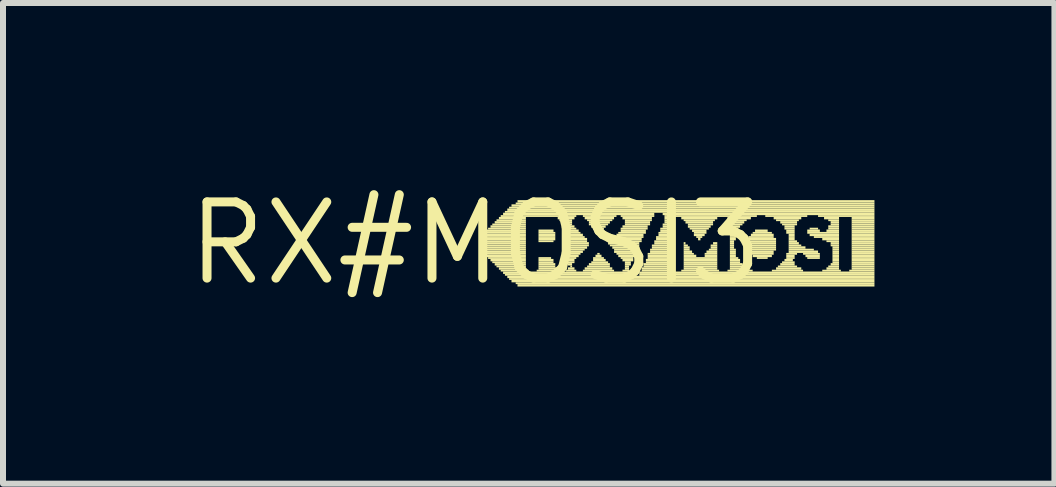
<source format=kicad_pcb>
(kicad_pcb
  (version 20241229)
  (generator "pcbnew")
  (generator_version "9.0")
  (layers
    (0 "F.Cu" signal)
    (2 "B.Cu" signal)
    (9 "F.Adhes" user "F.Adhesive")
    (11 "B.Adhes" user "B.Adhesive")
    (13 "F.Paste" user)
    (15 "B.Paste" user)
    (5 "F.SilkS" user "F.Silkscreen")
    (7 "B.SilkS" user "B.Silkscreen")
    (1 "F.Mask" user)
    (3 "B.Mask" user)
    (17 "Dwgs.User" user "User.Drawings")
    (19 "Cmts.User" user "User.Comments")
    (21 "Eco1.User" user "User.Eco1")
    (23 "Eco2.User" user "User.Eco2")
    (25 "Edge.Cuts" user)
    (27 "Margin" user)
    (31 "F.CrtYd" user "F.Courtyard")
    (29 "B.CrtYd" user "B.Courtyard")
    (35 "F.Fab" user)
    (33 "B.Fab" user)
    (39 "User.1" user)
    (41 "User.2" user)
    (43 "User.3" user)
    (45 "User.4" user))
  (footprint "RX#MOSI3"
    (layer "F.Cu")
    (at 4.876 1.006)
    (property "Reference" "RX#MOSI3" (at 0 0 0) (layer "F.SilkS") (effects (font (size 1.27 1.27) (thickness 0.15))))
    (attr through_hole)
    (fp_poly (pts (xy 0.11 -0.09) (xy 0.84 -0.09) (xy 0.84 -0.12) (xy 0.11 -0.12)) (stroke (width 0) (type solid)) (fill yes) (layer "F.SilkS"))
    (fp_poly (pts (xy 0.11 -0.05) (xy 0.84 -0.05) (xy 0.84 -0.09) (xy 0.11 -0.09)) (stroke (width 0) (type solid)) (fill yes) (layer "F.SilkS"))
    (fp_poly (pts (xy 0.11 -0.02) (xy 0.84 -0.02) (xy 0.84 -0.05) (xy 0.11 -0.05)) (stroke (width 0) (type solid)) (fill yes) (layer "F.SilkS"))
    (fp_poly (pts (xy 0.11 0.02) (xy 0.84 0.02) (xy 0.84 -0.02) (xy 0.11 -0.02)) (stroke (width 0) (type solid)) (fill yes) (layer "F.SilkS"))
    (fp_poly (pts (xy 0.11 0.05) (xy 0.84 0.05) (xy 0.84 0.02) (xy 0.11 0.02)) (stroke (width 0) (type solid)) (fill yes) (layer "F.SilkS"))
    (fp_poly (pts (xy 0.11 0.09) (xy 0.84 0.09) (xy 0.84 0.05) (xy 0.11 0.05)) (stroke (width 0) (type solid)) (fill yes) (layer "F.SilkS"))
    (fp_poly (pts (xy 0.11 0.12) (xy 0.84 0.12) (xy 0.84 0.09) (xy 0.11 0.09)) (stroke (width 0) (type solid)) (fill yes) (layer "F.SilkS"))
    (fp_poly (pts (xy 0.14 -0.12) (xy 0.84 -0.12) (xy 0.84 -0.16) (xy 0.14 -0.16)) (stroke (width 0) (type solid)) (fill yes) (layer "F.SilkS"))
    (fp_poly (pts (xy 0.14 0.16) (xy 0.84 0.16) (xy 0.84 0.12) (xy 0.14 0.12)) (stroke (width 0) (type solid)) (fill yes) (layer "F.SilkS"))
    (fp_poly (pts (xy 0.18 -0.19) (xy 0.84 -0.19) (xy 0.84 -0.23) (xy 0.18 -0.23)) (stroke (width 0) (type solid)) (fill yes) (layer "F.SilkS"))
    (fp_poly (pts (xy 0.18 -0.16) (xy 0.84 -0.16) (xy 0.84 -0.19) (xy 0.18 -0.19)) (stroke (width 0) (type solid)) (fill yes) (layer "F.SilkS"))
    (fp_poly (pts (xy 0.18 0.19) (xy 0.84 0.19) (xy 0.84 0.16) (xy 0.18 0.16)) (stroke (width 0) (type solid)) (fill yes) (layer "F.SilkS"))
    (fp_poly (pts (xy 0.18 0.23) (xy 0.84 0.23) (xy 0.84 0.19) (xy 0.18 0.19)) (stroke (width 0) (type solid)) (fill yes) (layer "F.SilkS"))
    (fp_poly (pts (xy 0.21 -0.23) (xy 0.84 -0.23) (xy 0.84 -0.26) (xy 0.21 -0.26)) (stroke (width 0) (type solid)) (fill yes) (layer "F.SilkS"))
    (fp_poly (pts (xy 0.21 0.26) (xy 0.84 0.26) (xy 0.84 0.23) (xy 0.21 0.23)) (stroke (width 0) (type solid)) (fill yes) (layer "F.SilkS"))
    (fp_poly (pts (xy 0.25 -0.26) (xy 0.84 -0.26) (xy 0.84 -0.3) (xy 0.25 -0.3)) (stroke (width 0) (type solid)) (fill yes) (layer "F.SilkS"))
    (fp_poly (pts (xy 0.25 0.3) (xy 0.84 0.3) (xy 0.84 0.26) (xy 0.25 0.26)) (stroke (width 0) (type solid)) (fill yes) (layer "F.SilkS"))
    (fp_poly (pts (xy 0.28 -0.3) (xy 0.84 -0.3) (xy 0.84 -0.33) (xy 0.28 -0.33)) (stroke (width 0) (type solid)) (fill yes) (layer "F.SilkS"))
    (fp_poly (pts (xy 0.28 0.33) (xy 0.84 0.33) (xy 0.84 0.3) (xy 0.28 0.3)) (stroke (width 0) (type solid)) (fill yes) (layer "F.SilkS"))
    (fp_poly (pts (xy 0.32 -0.33) (xy 0.84 -0.33) (xy 0.84 -0.37) (xy 0.32 -0.37)) (stroke (width 0) (type solid)) (fill yes) (layer "F.SilkS"))
    (fp_poly (pts (xy 0.32 0.37) (xy 0.84 0.37) (xy 0.84 0.33) (xy 0.32 0.33)) (stroke (width 0) (type solid)) (fill yes) (layer "F.SilkS"))
    (fp_poly (pts (xy 0.35 -0.37) (xy 0.84 -0.37) (xy 0.84 -0.4) (xy 0.35 -0.4)) (stroke (width 0) (type solid)) (fill yes) (layer "F.SilkS"))
    (fp_poly (pts (xy 0.35 0.4) (xy 0.84 0.4) (xy 0.84 0.37) (xy 0.35 0.37)) (stroke (width 0) (type solid)) (fill yes) (layer "F.SilkS"))
    (fp_poly (pts (xy 0.39 -0.4) (xy 0.84 -0.4) (xy 0.84 -0.44) (xy 0.39 -0.44)) (stroke (width 0) (type solid)) (fill yes) (layer "F.SilkS"))
    (fp_poly (pts (xy 0.39 0.44) (xy 0.84 0.44) (xy 0.84 0.4) (xy 0.39 0.4)) (stroke (width 0) (type solid)) (fill yes) (layer "F.SilkS"))
    (fp_poly (pts (xy 0.42 -0.44) (xy 1.68 -0.44) (xy 1.68 -0.47) (xy 0.42 -0.47)) (stroke (width 0) (type solid)) (fill yes) (layer "F.SilkS"))
    (fp_poly (pts (xy 0.42 0.47) (xy 0.88 0.47) (xy 0.88 0.44) (xy 0.42 0.44)) (stroke (width 0) (type solid)) (fill yes) (layer "F.SilkS"))
    (fp_poly (pts (xy 0.46 -0.47) (xy 2.98 -0.47) (xy 2.98 -0.51) (xy 0.46 -0.51)) (stroke (width 0) (type solid)) (fill yes) (layer "F.SilkS"))
    (fp_poly (pts (xy 0.46 0.51) (xy 2.56 0.51) (xy 2.56 0.47) (xy 0.46 0.47)) (stroke (width 0) (type solid)) (fill yes) (layer "F.SilkS"))
    (fp_poly (pts (xy 0.49 -0.51) (xy 6.65 -0.51) (xy 6.65 -0.54) (xy 0.49 -0.54)) (stroke (width 0) (type solid)) (fill yes) (layer "F.SilkS"))
    (fp_poly (pts (xy 0.49 0.54) (xy 2.63 0.54) (xy 2.63 0.51) (xy 0.49 0.51)) (stroke (width 0) (type solid)) (fill yes) (layer "F.SilkS"))
    (fp_poly (pts (xy 0.53 -0.54) (xy 6.65 -0.54) (xy 6.65 -0.58) (xy 0.53 -0.58)) (stroke (width 0) (type solid)) (fill yes) (layer "F.SilkS"))
    (fp_poly (pts (xy 0.53 0.58) (xy 6.65 0.58) (xy 6.65 0.54) (xy 0.53 0.54)) (stroke (width 0) (type solid)) (fill yes) (layer "F.SilkS"))
    (fp_poly (pts (xy 0.56 -0.58) (xy 6.65 -0.58) (xy 6.65 -0.61) (xy 0.56 -0.61)) (stroke (width 0) (type solid)) (fill yes) (layer "F.SilkS"))
    (fp_poly (pts (xy 0.56 0.61) (xy 6.65 0.61) (xy 6.65 0.58) (xy 0.56 0.58)) (stroke (width 0) (type solid)) (fill yes) (layer "F.SilkS"))
    (fp_poly (pts (xy 0.6 -0.61) (xy 6.65 -0.61) (xy 6.65 -0.65) (xy 0.6 -0.65)) (stroke (width 0) (type solid)) (fill yes) (layer "F.SilkS"))
    (fp_poly (pts (xy 0.6 0.65) (xy 6.65 0.65) (xy 6.65 0.61) (xy 0.6 0.61)) (stroke (width 0) (type solid)) (fill yes) (layer "F.SilkS"))
    (fp_poly (pts (xy 0.67 -0.65) (xy 6.65 -0.65) (xy 6.65 -0.68) (xy 0.67 -0.68)) (stroke (width 0) (type solid)) (fill yes) (layer "F.SilkS"))
    (fp_poly (pts (xy 0.67 0.68) (xy 6.65 0.68) (xy 6.65 0.65) (xy 0.67 0.65)) (stroke (width 0) (type solid)) (fill yes) (layer "F.SilkS"))
    (fp_poly (pts (xy 0.7 -0.68) (xy 6.65 -0.68) (xy 6.65 -0.72) (xy 0.7 -0.72)) (stroke (width 0) (type solid)) (fill yes) (layer "F.SilkS"))
    (fp_poly (pts (xy 0.7 0.72) (xy 6.65 0.72) (xy 6.65 0.68) (xy 0.7 0.68)) (stroke (width 0) (type solid)) (fill yes) (layer "F.SilkS"))
    (fp_poly (pts (xy 1.02 0.47) (xy 1.37 0.47) (xy 1.37 0.44) (xy 1.02 0.44)) (stroke (width 0) (type solid)) (fill yes) (layer "F.SilkS"))
    (fp_poly (pts (xy 1.05 -0.19) (xy 1.3 -0.19) (xy 1.3 -0.23) (xy 1.05 -0.23)) (stroke (width 0) (type solid)) (fill yes) (layer "F.SilkS"))
    (fp_poly (pts (xy 1.05 -0.16) (xy 1.33 -0.16) (xy 1.33 -0.19) (xy 1.05 -0.19)) (stroke (width 0) (type solid)) (fill yes) (layer "F.SilkS"))
    (fp_poly (pts (xy 1.05 -0.12) (xy 1.33 -0.12) (xy 1.33 -0.16) (xy 1.05 -0.16)) (stroke (width 0) (type solid)) (fill yes) (layer "F.SilkS"))
    (fp_poly (pts (xy 1.05 -0.09) (xy 1.33 -0.09) (xy 1.33 -0.12) (xy 1.05 -0.12)) (stroke (width 0) (type solid)) (fill yes) (layer "F.SilkS"))
    (fp_poly (pts (xy 1.05 -0.05) (xy 1.33 -0.05) (xy 1.33 -0.09) (xy 1.05 -0.09)) (stroke (width 0) (type solid)) (fill yes) (layer "F.SilkS"))
    (fp_poly (pts (xy 1.05 -0.02) (xy 1.3 -0.02) (xy 1.3 -0.05) (xy 1.05 -0.05)) (stroke (width 0) (type solid)) (fill yes) (layer "F.SilkS"))
    (fp_poly (pts (xy 1.05 0.26) (xy 1.26 0.26) (xy 1.26 0.23) (xy 1.05 0.23)) (stroke (width 0) (type solid)) (fill yes) (layer "F.SilkS"))
    (fp_poly (pts (xy 1.05 0.3) (xy 1.3 0.3) (xy 1.3 0.26) (xy 1.05 0.26)) (stroke (width 0) (type solid)) (fill yes) (layer "F.SilkS"))
    (fp_poly (pts (xy 1.05 0.33) (xy 1.3 0.33) (xy 1.3 0.3) (xy 1.05 0.3)) (stroke (width 0) (type solid)) (fill yes) (layer "F.SilkS"))
    (fp_poly (pts (xy 1.05 0.37) (xy 1.33 0.37) (xy 1.33 0.33) (xy 1.05 0.33)) (stroke (width 0) (type solid)) (fill yes) (layer "F.SilkS"))
    (fp_poly (pts (xy 1.05 0.4) (xy 1.33 0.4) (xy 1.33 0.37) (xy 1.05 0.37)) (stroke (width 0) (type solid)) (fill yes) (layer "F.SilkS"))
    (fp_poly (pts (xy 1.05 0.44) (xy 1.37 0.44) (xy 1.37 0.4) (xy 1.05 0.4)) (stroke (width 0) (type solid)) (fill yes) (layer "F.SilkS"))
    (fp_poly (pts (xy 1.37 -0.4) (xy 1.65 -0.4) (xy 1.65 -0.44) (xy 1.37 -0.44)) (stroke (width 0) (type solid)) (fill yes) (layer "F.SilkS"))
    (fp_poly (pts (xy 1.4 -0.37) (xy 1.61 -0.37) (xy 1.61 -0.4) (xy 1.4 -0.4)) (stroke (width 0) (type solid)) (fill yes) (layer "F.SilkS"))
    (fp_poly (pts (xy 1.47 -0.33) (xy 1.61 -0.33) (xy 1.61 -0.37) (xy 1.47 -0.37)) (stroke (width 0) (type solid)) (fill yes) (layer "F.SilkS"))
    (fp_poly (pts (xy 1.47 0.12) (xy 1.82 0.12) (xy 1.82 0.09) (xy 1.47 0.09)) (stroke (width 0) (type solid)) (fill yes) (layer "F.SilkS"))
    (fp_poly (pts (xy 1.47 0.16) (xy 1.79 0.16) (xy 1.79 0.12) (xy 1.47 0.12)) (stroke (width 0) (type solid)) (fill yes) (layer "F.SilkS"))
    (fp_poly (pts (xy 1.47 0.19) (xy 1.75 0.19) (xy 1.75 0.16) (xy 1.47 0.16)) (stroke (width 0) (type solid)) (fill yes) (layer "F.SilkS"))
    (fp_poly (pts (xy 1.51 -0.3) (xy 1.61 -0.3) (xy 1.61 -0.33) (xy 1.51 -0.33)) (stroke (width 0) (type solid)) (fill yes) (layer "F.SilkS"))
    (fp_poly (pts (xy 1.51 -0.26) (xy 1.65 -0.26) (xy 1.65 -0.3) (xy 1.51 -0.3)) (stroke (width 0) (type solid)) (fill yes) (layer "F.SilkS"))
    (fp_poly (pts (xy 1.51 0.05) (xy 1.89 0.05) (xy 1.89 0.02) (xy 1.51 0.02)) (stroke (width 0) (type solid)) (fill yes) (layer "F.SilkS"))
    (fp_poly (pts (xy 1.51 0.09) (xy 1.86 0.09) (xy 1.86 0.05) (xy 1.51 0.05)) (stroke (width 0) (type solid)) (fill yes) (layer "F.SilkS"))
    (fp_poly (pts (xy 1.51 0.23) (xy 1.72 0.23) (xy 1.72 0.19) (xy 1.51 0.19)) (stroke (width 0) (type solid)) (fill yes) (layer "F.SilkS"))
    (fp_poly (pts (xy 1.51 0.26) (xy 1.68 0.26) (xy 1.68 0.23) (xy 1.51 0.23)) (stroke (width 0) (type solid)) (fill yes) (layer "F.SilkS"))
    (fp_poly (pts (xy 1.51 0.47) (xy 1.68 0.47) (xy 1.68 0.44) (xy 1.51 0.44)) (stroke (width 0) (type solid)) (fill yes) (layer "F.SilkS"))
    (fp_poly (pts (xy 1.54 -0.23) (xy 1.68 -0.23) (xy 1.68 -0.26) (xy 1.54 -0.26)) (stroke (width 0) (type solid)) (fill yes) (layer "F.SilkS"))
    (fp_poly (pts (xy 1.54 -0.19) (xy 1.72 -0.19) (xy 1.72 -0.23) (xy 1.54 -0.23)) (stroke (width 0) (type solid)) (fill yes) (layer "F.SilkS"))
    (fp_poly (pts (xy 1.54 -0.16) (xy 1.75 -0.16) (xy 1.75 -0.19) (xy 1.54 -0.19)) (stroke (width 0) (type solid)) (fill yes) (layer "F.SilkS"))
    (fp_poly (pts (xy 1.54 -0.12) (xy 1.79 -0.12) (xy 1.79 -0.16) (xy 1.54 -0.16)) (stroke (width 0) (type solid)) (fill yes) (layer "F.SilkS"))
    (fp_poly (pts (xy 1.54 -0.09) (xy 1.82 -0.09) (xy 1.82 -0.12) (xy 1.54 -0.12)) (stroke (width 0) (type solid)) (fill yes) (layer "F.SilkS"))
    (fp_poly (pts (xy 1.54 -0.05) (xy 1.86 -0.05) (xy 1.86 -0.09) (xy 1.54 -0.09)) (stroke (width 0) (type solid)) (fill yes) (layer "F.SilkS"))
    (fp_poly (pts (xy 1.54 -0.02) (xy 1.86 -0.02) (xy 1.86 -0.05) (xy 1.54 -0.05)) (stroke (width 0) (type solid)) (fill yes) (layer "F.SilkS"))
    (fp_poly (pts (xy 1.54 0.02) (xy 1.89 0.02) (xy 1.89 -0.02) (xy 1.54 -0.02)) (stroke (width 0) (type solid)) (fill yes) (layer "F.SilkS"))
    (fp_poly (pts (xy 1.54 0.3) (xy 1.65 0.3) (xy 1.65 0.26) (xy 1.54 0.26)) (stroke (width 0) (type solid)) (fill yes) (layer "F.SilkS"))
    (fp_poly (pts (xy 1.54 0.33) (xy 1.65 0.33) (xy 1.65 0.3) (xy 1.54 0.3)) (stroke (width 0) (type solid)) (fill yes) (layer "F.SilkS"))
    (fp_poly (pts (xy 1.54 0.37) (xy 1.61 0.37) (xy 1.61 0.33) (xy 1.54 0.33)) (stroke (width 0) (type solid)) (fill yes) (layer "F.SilkS"))
    (fp_poly (pts (xy 1.54 0.44) (xy 1.65 0.44) (xy 1.65 0.4) (xy 1.54 0.4)) (stroke (width 0) (type solid)) (fill yes) (layer "F.SilkS"))
    (fp_poly (pts (xy 1.58 0.4) (xy 1.61 0.4) (xy 1.61 0.37) (xy 1.58 0.37)) (stroke (width 0) (type solid)) (fill yes) (layer "F.SilkS"))
    (fp_poly (pts (xy 1.79 -0.44) (xy 2.35 -0.44) (xy 2.35 -0.47) (xy 1.79 -0.47)) (stroke (width 0) (type solid)) (fill yes) (layer "F.SilkS"))
    (fp_poly (pts (xy 1.79 0.47) (xy 2.31 0.47) (xy 2.31 0.44) (xy 1.79 0.44)) (stroke (width 0) (type solid)) (fill yes) (layer "F.SilkS"))
    (fp_poly (pts (xy 1.82 -0.4) (xy 2.31 -0.4) (xy 2.31 -0.44) (xy 1.82 -0.44)) (stroke (width 0) (type solid)) (fill yes) (layer "F.SilkS"))
    (fp_poly (pts (xy 1.82 0.44) (xy 2.28 0.44) (xy 2.28 0.4) (xy 1.82 0.4)) (stroke (width 0) (type solid)) (fill yes) (layer "F.SilkS"))
    (fp_poly (pts (xy 1.86 -0.37) (xy 2.28 -0.37) (xy 2.28 -0.4) (xy 1.86 -0.4)) (stroke (width 0) (type solid)) (fill yes) (layer "F.SilkS"))
    (fp_poly (pts (xy 1.86 0.4) (xy 2.24 0.4) (xy 2.24 0.37) (xy 1.86 0.37)) (stroke (width 0) (type solid)) (fill yes) (layer "F.SilkS"))
    (fp_poly (pts (xy 1.89 -0.33) (xy 2.24 -0.33) (xy 2.24 -0.37) (xy 1.89 -0.37)) (stroke (width 0) (type solid)) (fill yes) (layer "F.SilkS"))
    (fp_poly (pts (xy 1.89 -0.3) (xy 2.21 -0.3) (xy 2.21 -0.33) (xy 1.89 -0.33)) (stroke (width 0) (type solid)) (fill yes) (layer "F.SilkS"))
    (fp_poly (pts (xy 1.89 0.37) (xy 2.24 0.37) (xy 2.24 0.33) (xy 1.89 0.33)) (stroke (width 0) (type solid)) (fill yes) (layer "F.SilkS"))
    (fp_poly (pts (xy 1.93 -0.26) (xy 2.17 -0.26) (xy 2.17 -0.3) (xy 1.93 -0.3)) (stroke (width 0) (type solid)) (fill yes) (layer "F.SilkS"))
    (fp_poly (pts (xy 1.93 0.33) (xy 2.21 0.33) (xy 2.21 0.3) (xy 1.93 0.3)) (stroke (width 0) (type solid)) (fill yes) (layer "F.SilkS"))
    (fp_poly (pts (xy 1.96 -0.23) (xy 2.14 -0.23) (xy 2.14 -0.26) (xy 1.96 -0.26)) (stroke (width 0) (type solid)) (fill yes) (layer "F.SilkS"))
    (fp_poly (pts (xy 1.96 0.26) (xy 2.14 0.26) (xy 2.14 0.23) (xy 1.96 0.23)) (stroke (width 0) (type solid)) (fill yes) (layer "F.SilkS"))
    (fp_poly (pts (xy 1.96 0.3) (xy 2.17 0.3) (xy 2.17 0.26) (xy 1.96 0.26)) (stroke (width 0) (type solid)) (fill yes) (layer "F.SilkS"))
    (fp_poly (pts (xy 2 -0.19) (xy 2.1 -0.19) (xy 2.1 -0.23) (xy 2 -0.23)) (stroke (width 0) (type solid)) (fill yes) (layer "F.SilkS"))
    (fp_poly (pts (xy 2 0.23) (xy 2.1 0.23) (xy 2.1 0.19) (xy 2 0.19)) (stroke (width 0) (type solid)) (fill yes) (layer "F.SilkS"))
    (fp_poly (pts (xy 2.03 -0.16) (xy 2.07 -0.16) (xy 2.07 -0.19) (xy 2.03 -0.19)) (stroke (width 0) (type solid)) (fill yes) (layer "F.SilkS"))
    (fp_poly (pts (xy 2.03 0.19) (xy 2.07 0.19) (xy 2.07 0.16) (xy 2.03 0.16)) (stroke (width 0) (type solid)) (fill yes) (layer "F.SilkS"))
    (fp_poly (pts (xy 2.21 0.02) (xy 2.73 0.02) (xy 2.73 -0.02) (xy 2.21 -0.02)) (stroke (width 0) (type solid)) (fill yes) (layer "F.SilkS"))
    (fp_poly (pts (xy 2.24 -0.02) (xy 2.77 -0.02) (xy 2.77 -0.05) (xy 2.24 -0.05)) (stroke (width 0) (type solid)) (fill yes) (layer "F.SilkS"))
    (fp_poly (pts (xy 2.24 0.05) (xy 2.73 0.05) (xy 2.73 0.02) (xy 2.24 0.02)) (stroke (width 0) (type solid)) (fill yes) (layer "F.SilkS"))
    (fp_poly (pts (xy 2.28 -0.05) (xy 2.77 -0.05) (xy 2.77 -0.09) (xy 2.28 -0.09)) (stroke (width 0) (type solid)) (fill yes) (layer "F.SilkS"))
    (fp_poly (pts (xy 2.28 0.09) (xy 2.73 0.09) (xy 2.73 0.05) (xy 2.28 0.05)) (stroke (width 0) (type solid)) (fill yes) (layer "F.SilkS"))
    (fp_poly (pts (xy 2.31 -0.09) (xy 2.8 -0.09) (xy 2.8 -0.12) (xy 2.31 -0.12)) (stroke (width 0) (type solid)) (fill yes) (layer "F.SilkS"))
    (fp_poly (pts (xy 2.31 0.12) (xy 2.7 0.12) (xy 2.7 0.09) (xy 2.31 0.09)) (stroke (width 0) (type solid)) (fill yes) (layer "F.SilkS"))
    (fp_poly (pts (xy 2.31 0.16) (xy 2.7 0.16) (xy 2.7 0.12) (xy 2.31 0.12)) (stroke (width 0) (type solid)) (fill yes) (layer "F.SilkS"))
    (fp_poly (pts (xy 2.35 -0.12) (xy 2.8 -0.12) (xy 2.8 -0.16) (xy 2.35 -0.16)) (stroke (width 0) (type solid)) (fill yes) (layer "F.SilkS"))
    (fp_poly (pts (xy 2.35 0.19) (xy 2.66 0.19) (xy 2.66 0.16) (xy 2.35 0.16)) (stroke (width 0) (type solid)) (fill yes) (layer "F.SilkS"))
    (fp_poly (pts (xy 2.38 -0.16) (xy 2.84 -0.16) (xy 2.84 -0.19) (xy 2.38 -0.19)) (stroke (width 0) (type solid)) (fill yes) (layer "F.SilkS"))
    (fp_poly (pts (xy 2.38 0.23) (xy 2.66 0.23) (xy 2.66 0.19) (xy 2.38 0.19)) (stroke (width 0) (type solid)) (fill yes) (layer "F.SilkS"))
    (fp_poly (pts (xy 2.42 -0.44) (xy 2.98 -0.44) (xy 2.98 -0.47) (xy 2.42 -0.47)) (stroke (width 0) (type solid)) (fill yes) (layer "F.SilkS"))
    (fp_poly (pts (xy 2.42 -0.23) (xy 2.87 -0.23) (xy 2.87 -0.26) (xy 2.42 -0.26)) (stroke (width 0) (type solid)) (fill yes) (layer "F.SilkS"))
    (fp_poly (pts (xy 2.42 -0.19) (xy 2.84 -0.19) (xy 2.84 -0.23) (xy 2.42 -0.23)) (stroke (width 0) (type solid)) (fill yes) (layer "F.SilkS"))
    (fp_poly (pts (xy 2.42 0.26) (xy 2.63 0.26) (xy 2.63 0.23) (xy 2.42 0.23)) (stroke (width 0) (type solid)) (fill yes) (layer "F.SilkS"))
    (fp_poly (pts (xy 2.45 -0.4) (xy 2.94 -0.4) (xy 2.94 -0.44) (xy 2.45 -0.44)) (stroke (width 0) (type solid)) (fill yes) (layer "F.SilkS"))
    (fp_poly (pts (xy 2.45 -0.26) (xy 2.87 -0.26) (xy 2.87 -0.3) (xy 2.45 -0.3)) (stroke (width 0) (type solid)) (fill yes) (layer "F.SilkS"))
    (fp_poly (pts (xy 2.45 0.3) (xy 2.63 0.3) (xy 2.63 0.26) (xy 2.45 0.26)) (stroke (width 0) (type solid)) (fill yes) (layer "F.SilkS"))
    (fp_poly (pts (xy 2.45 0.47) (xy 2.56 0.47) (xy 2.56 0.44) (xy 2.45 0.44)) (stroke (width 0) (type solid)) (fill yes) (layer "F.SilkS"))
    (fp_poly (pts (xy 2.49 -0.37) (xy 2.94 -0.37) (xy 2.94 -0.4) (xy 2.49 -0.4)) (stroke (width 0) (type solid)) (fill yes) (layer "F.SilkS"))
    (fp_poly (pts (xy 2.49 -0.33) (xy 2.91 -0.33) (xy 2.91 -0.37) (xy 2.49 -0.37)) (stroke (width 0) (type solid)) (fill yes) (layer "F.SilkS"))
    (fp_poly (pts (xy 2.49 -0.3) (xy 2.91 -0.3) (xy 2.91 -0.33) (xy 2.49 -0.33)) (stroke (width 0) (type solid)) (fill yes) (layer "F.SilkS"))
    (fp_poly (pts (xy 2.49 0.33) (xy 2.59 0.33) (xy 2.59 0.3) (xy 2.49 0.3)) (stroke (width 0) (type solid)) (fill yes) (layer "F.SilkS"))
    (fp_poly (pts (xy 2.49 0.37) (xy 2.59 0.37) (xy 2.59 0.33) (xy 2.49 0.33)) (stroke (width 0) (type solid)) (fill yes) (layer "F.SilkS"))
    (fp_poly (pts (xy 2.49 0.4) (xy 2.56 0.4) (xy 2.56 0.37) (xy 2.49 0.37)) (stroke (width 0) (type solid)) (fill yes) (layer "F.SilkS"))
    (fp_poly (pts (xy 2.49 0.44) (xy 2.56 0.44) (xy 2.56 0.4) (xy 2.49 0.4)) (stroke (width 0) (type solid)) (fill yes) (layer "F.SilkS"))
    (fp_poly (pts (xy 2.73 0.51) (xy 6.65 0.51) (xy 6.65 0.47) (xy 2.73 0.47)) (stroke (width 0) (type solid)) (fill yes) (layer "F.SilkS"))
    (fp_poly (pts (xy 2.73 0.54) (xy 6.65 0.54) (xy 6.65 0.51) (xy 2.73 0.51)) (stroke (width 0) (type solid)) (fill yes) (layer "F.SilkS"))
    (fp_poly (pts (xy 2.77 0.44) (xy 3.26 0.44) (xy 3.26 0.4) (xy 2.77 0.4)) (stroke (width 0) (type solid)) (fill yes) (layer "F.SilkS"))
    (fp_poly (pts (xy 2.77 0.47) (xy 3.26 0.47) (xy 3.26 0.44) (xy 2.77 0.44)) (stroke (width 0) (type solid)) (fill yes) (layer "F.SilkS"))
    (fp_poly (pts (xy 2.8 0.37) (xy 3.26 0.37) (xy 3.26 0.33) (xy 2.8 0.33)) (stroke (width 0) (type solid)) (fill yes) (layer "F.SilkS"))
    (fp_poly (pts (xy 2.8 0.4) (xy 3.26 0.4) (xy 3.26 0.37) (xy 2.8 0.37)) (stroke (width 0) (type solid)) (fill yes) (layer "F.SilkS"))
    (fp_poly (pts (xy 2.84 0.3) (xy 3.26 0.3) (xy 3.26 0.26) (xy 2.84 0.26)) (stroke (width 0) (type solid)) (fill yes) (layer "F.SilkS"))
    (fp_poly (pts (xy 2.84 0.33) (xy 3.26 0.33) (xy 3.26 0.3) (xy 2.84 0.3)) (stroke (width 0) (type solid)) (fill yes) (layer "F.SilkS"))
    (fp_poly (pts (xy 2.87 0.19) (xy 3.26 0.19) (xy 3.26 0.16) (xy 2.87 0.16)) (stroke (width 0) (type solid)) (fill yes) (layer "F.SilkS"))
    (fp_poly (pts (xy 2.87 0.23) (xy 3.26 0.23) (xy 3.26 0.19) (xy 2.87 0.19)) (stroke (width 0) (type solid)) (fill yes) (layer "F.SilkS"))
    (fp_poly (pts (xy 2.87 0.26) (xy 3.26 0.26) (xy 3.26 0.23) (xy 2.87 0.23)) (stroke (width 0) (type solid)) (fill yes) (layer "F.SilkS"))
    (fp_poly (pts (xy 2.91 0.12) (xy 3.26 0.12) (xy 3.26 0.09) (xy 2.91 0.09)) (stroke (width 0) (type solid)) (fill yes) (layer "F.SilkS"))
    (fp_poly (pts (xy 2.91 0.16) (xy 3.26 0.16) (xy 3.26 0.12) (xy 2.91 0.12)) (stroke (width 0) (type solid)) (fill yes) (layer "F.SilkS"))
    (fp_poly (pts (xy 2.94 0.05) (xy 3.26 0.05) (xy 3.26 0.02) (xy 2.94 0.02)) (stroke (width 0) (type solid)) (fill yes) (layer "F.SilkS"))
    (fp_poly (pts (xy 2.94 0.09) (xy 3.26 0.09) (xy 3.26 0.05) (xy 2.94 0.05)) (stroke (width 0) (type solid)) (fill yes) (layer "F.SilkS"))
    (fp_poly (pts (xy 2.98 -0.02) (xy 3.26 -0.02) (xy 3.26 -0.05) (xy 2.98 -0.05)) (stroke (width 0) (type solid)) (fill yes) (layer "F.SilkS"))
    (fp_poly (pts (xy 2.98 0.02) (xy 3.26 0.02) (xy 3.26 -0.02) (xy 2.98 -0.02)) (stroke (width 0) (type solid)) (fill yes) (layer "F.SilkS"))
    (fp_poly (pts (xy 3.01 -0.09) (xy 3.26 -0.09) (xy 3.26 -0.12) (xy 3.01 -0.12)) (stroke (width 0) (type solid)) (fill yes) (layer "F.SilkS"))
    (fp_poly (pts (xy 3.01 -0.05) (xy 3.26 -0.05) (xy 3.26 -0.09) (xy 3.01 -0.09)) (stroke (width 0) (type solid)) (fill yes) (layer "F.SilkS"))
    (fp_poly (pts (xy 3.05 -0.16) (xy 3.26 -0.16) (xy 3.26 -0.19) (xy 3.05 -0.19)) (stroke (width 0) (type solid)) (fill yes) (layer "F.SilkS"))
    (fp_poly (pts (xy 3.05 -0.12) (xy 3.26 -0.12) (xy 3.26 -0.16) (xy 3.05 -0.16)) (stroke (width 0) (type solid)) (fill yes) (layer "F.SilkS"))
    (fp_poly (pts (xy 3.08 -0.23) (xy 3.26 -0.23) (xy 3.26 -0.26) (xy 3.08 -0.26)) (stroke (width 0) (type solid)) (fill yes) (layer "F.SilkS"))
    (fp_poly (pts (xy 3.08 -0.19) (xy 3.26 -0.19) (xy 3.26 -0.23) (xy 3.08 -0.23)) (stroke (width 0) (type solid)) (fill yes) (layer "F.SilkS"))
    (fp_poly (pts (xy 3.12 -0.47) (xy 6.65 -0.47) (xy 6.65 -0.51) (xy 3.12 -0.51)) (stroke (width 0) (type solid)) (fill yes) (layer "F.SilkS"))
    (fp_poly (pts (xy 3.12 -0.3) (xy 3.26 -0.3) (xy 3.26 -0.33) (xy 3.12 -0.33)) (stroke (width 0) (type solid)) (fill yes) (layer "F.SilkS"))
    (fp_poly (pts (xy 3.12 -0.26) (xy 3.26 -0.26) (xy 3.26 -0.3) (xy 3.12 -0.3)) (stroke (width 0) (type solid)) (fill yes) (layer "F.SilkS"))
    (fp_poly (pts (xy 3.15 -0.44) (xy 4.69 -0.44) (xy 4.69 -0.47) (xy 3.15 -0.47)) (stroke (width 0) (type solid)) (fill yes) (layer "F.SilkS"))
    (fp_poly (pts (xy 3.15 -0.4) (xy 3.26 -0.4) (xy 3.26 -0.44) (xy 3.15 -0.44)) (stroke (width 0) (type solid)) (fill yes) (layer "F.SilkS"))
    (fp_poly (pts (xy 3.15 -0.37) (xy 3.26 -0.37) (xy 3.26 -0.4) (xy 3.15 -0.4)) (stroke (width 0) (type solid)) (fill yes) (layer "F.SilkS"))
    (fp_poly (pts (xy 3.15 -0.33) (xy 3.26 -0.33) (xy 3.26 -0.37) (xy 3.15 -0.37)) (stroke (width 0) (type solid)) (fill yes) (layer "F.SilkS"))
    (fp_poly (pts (xy 3.43 -0.4) (xy 4.03 -0.4) (xy 4.03 -0.44) (xy 3.43 -0.44)) (stroke (width 0) (type solid)) (fill yes) (layer "F.SilkS"))
    (fp_poly (pts (xy 3.43 0.47) (xy 4.06 0.47) (xy 4.06 0.44) (xy 3.43 0.44)) (stroke (width 0) (type solid)) (fill yes) (layer "F.SilkS"))
    (fp_poly (pts (xy 3.47 -0.37) (xy 3.99 -0.37) (xy 3.99 -0.4) (xy 3.47 -0.4)) (stroke (width 0) (type solid)) (fill yes) (layer "F.SilkS"))
    (fp_poly (pts (xy 3.47 0.02) (xy 3.5 0.02) (xy 3.5 -0.02) (xy 3.47 -0.02)) (stroke (width 0) (type solid)) (fill yes) (layer "F.SilkS"))
    (fp_poly (pts (xy 3.47 0.05) (xy 3.54 0.05) (xy 3.54 0.02) (xy 3.47 0.02)) (stroke (width 0) (type solid)) (fill yes) (layer "F.SilkS"))
    (fp_poly (pts (xy 3.47 0.09) (xy 3.57 0.09) (xy 3.57 0.05) (xy 3.47 0.05)) (stroke (width 0) (type solid)) (fill yes) (layer "F.SilkS"))
    (fp_poly (pts (xy 3.47 0.12) (xy 3.57 0.12) (xy 3.57 0.09) (xy 3.47 0.09)) (stroke (width 0) (type solid)) (fill yes) (layer "F.SilkS"))
    (fp_poly (pts (xy 3.47 0.16) (xy 3.61 0.16) (xy 3.61 0.12) (xy 3.47 0.12)) (stroke (width 0) (type solid)) (fill yes) (layer "F.SilkS"))
    (fp_poly (pts (xy 3.47 0.19) (xy 3.64 0.19) (xy 3.64 0.16) (xy 3.47 0.16)) (stroke (width 0) (type solid)) (fill yes) (layer "F.SilkS"))
    (fp_poly (pts (xy 3.47 0.23) (xy 3.68 0.23) (xy 3.68 0.19) (xy 3.47 0.19)) (stroke (width 0) (type solid)) (fill yes) (layer "F.SilkS"))
    (fp_poly (pts (xy 3.47 0.26) (xy 4.03 0.26) (xy 4.03 0.23) (xy 3.47 0.23)) (stroke (width 0) (type solid)) (fill yes) (layer "F.SilkS"))
    (fp_poly (pts (xy 3.47 0.3) (xy 4.03 0.3) (xy 4.03 0.26) (xy 3.47 0.26)) (stroke (width 0) (type solid)) (fill yes) (layer "F.SilkS"))
    (fp_poly (pts (xy 3.47 0.33) (xy 4.03 0.33) (xy 4.03 0.3) (xy 3.47 0.3)) (stroke (width 0) (type solid)) (fill yes) (layer "F.SilkS"))
    (fp_poly (pts (xy 3.47 0.37) (xy 4.03 0.37) (xy 4.03 0.33) (xy 3.47 0.33)) (stroke (width 0) (type solid)) (fill yes) (layer "F.SilkS"))
    (fp_poly (pts (xy 3.47 0.4) (xy 4.03 0.4) (xy 4.03 0.37) (xy 3.47 0.37)) (stroke (width 0) (type solid)) (fill yes) (layer "F.SilkS"))
    (fp_poly (pts (xy 3.47 0.44) (xy 4.03 0.44) (xy 4.03 0.4) (xy 3.47 0.4)) (stroke (width 0) (type solid)) (fill yes) (layer "F.SilkS"))
    (fp_poly (pts (xy 3.5 -0.33) (xy 3.96 -0.33) (xy 3.96 -0.37) (xy 3.5 -0.37)) (stroke (width 0) (type solid)) (fill yes) (layer "F.SilkS"))
    (fp_poly (pts (xy 3.54 -0.3) (xy 3.96 -0.3) (xy 3.96 -0.33) (xy 3.54 -0.33)) (stroke (width 0) (type solid)) (fill yes) (layer "F.SilkS"))
    (fp_poly (pts (xy 3.54 -0.26) (xy 3.92 -0.26) (xy 3.92 -0.3) (xy 3.54 -0.3)) (stroke (width 0) (type solid)) (fill yes) (layer "F.SilkS"))
    (fp_poly (pts (xy 3.57 -0.23) (xy 3.89 -0.23) (xy 3.89 -0.26) (xy 3.57 -0.26)) (stroke (width 0) (type solid)) (fill yes) (layer "F.SilkS"))
    (fp_poly (pts (xy 3.61 -0.19) (xy 3.85 -0.19) (xy 3.85 -0.23) (xy 3.61 -0.23)) (stroke (width 0) (type solid)) (fill yes) (layer "F.SilkS"))
    (fp_poly (pts (xy 3.64 -0.16) (xy 3.85 -0.16) (xy 3.85 -0.19) (xy 3.64 -0.19)) (stroke (width 0) (type solid)) (fill yes) (layer "F.SilkS"))
    (fp_poly (pts (xy 3.64 -0.12) (xy 3.82 -0.12) (xy 3.82 -0.16) (xy 3.64 -0.16)) (stroke (width 0) (type solid)) (fill yes) (layer "F.SilkS"))
    (fp_poly (pts (xy 3.68 -0.09) (xy 3.78 -0.09) (xy 3.78 -0.12) (xy 3.68 -0.12)) (stroke (width 0) (type solid)) (fill yes) (layer "F.SilkS"))
    (fp_poly (pts (xy 3.71 -0.05) (xy 3.75 -0.05) (xy 3.75 -0.09) (xy 3.71 -0.09)) (stroke (width 0) (type solid)) (fill yes) (layer "F.SilkS"))
    (fp_poly (pts (xy 3.82 0.19) (xy 4.03 0.19) (xy 4.03 0.16) (xy 3.82 0.16)) (stroke (width 0) (type solid)) (fill yes) (layer "F.SilkS"))
    (fp_poly (pts (xy 3.82 0.23) (xy 4.03 0.23) (xy 4.03 0.19) (xy 3.82 0.19)) (stroke (width 0) (type solid)) (fill yes) (layer "F.SilkS"))
    (fp_poly (pts (xy 3.85 0.16) (xy 4.03 0.16) (xy 4.03 0.12) (xy 3.85 0.12)) (stroke (width 0) (type solid)) (fill yes) (layer "F.SilkS"))
    (fp_poly (pts (xy 3.89 0.12) (xy 4.03 0.12) (xy 4.03 0.09) (xy 3.89 0.09)) (stroke (width 0) (type solid)) (fill yes) (layer "F.SilkS"))
    (fp_poly (pts (xy 3.92 0.05) (xy 4.03 0.05) (xy 4.03 0.02) (xy 3.92 0.02)) (stroke (width 0) (type solid)) (fill yes) (layer "F.SilkS"))
    (fp_poly (pts (xy 3.92 0.09) (xy 4.03 0.09) (xy 4.03 0.05) (xy 3.92 0.05)) (stroke (width 0) (type solid)) (fill yes) (layer "F.SilkS"))
    (fp_poly (pts (xy 3.96 0.02) (xy 4.03 0.02) (xy 4.03 -0.02) (xy 3.96 -0.02)) (stroke (width 0) (type solid)) (fill yes) (layer "F.SilkS"))
    (fp_poly (pts (xy 4.2 -0.4) (xy 4.59 -0.4) (xy 4.59 -0.44) (xy 4.2 -0.44)) (stroke (width 0) (type solid)) (fill yes) (layer "F.SilkS"))
    (fp_poly (pts (xy 4.2 0.47) (xy 4.62 0.47) (xy 4.62 0.44) (xy 4.2 0.44)) (stroke (width 0) (type solid)) (fill yes) (layer "F.SilkS"))
    (fp_poly (pts (xy 4.24 -0.37) (xy 4.52 -0.37) (xy 4.52 -0.4) (xy 4.24 -0.4)) (stroke (width 0) (type solid)) (fill yes) (layer "F.SilkS"))
    (fp_poly (pts (xy 4.24 -0.33) (xy 4.48 -0.33) (xy 4.48 -0.37) (xy 4.24 -0.37)) (stroke (width 0) (type solid)) (fill yes) (layer "F.SilkS"))
    (fp_poly (pts (xy 4.24 -0.3) (xy 4.45 -0.3) (xy 4.45 -0.33) (xy 4.24 -0.33)) (stroke (width 0) (type solid)) (fill yes) (layer "F.SilkS"))
    (fp_poly (pts (xy 4.24 -0.26) (xy 4.41 -0.26) (xy 4.41 -0.3) (xy 4.24 -0.3)) (stroke (width 0) (type solid)) (fill yes) (layer "F.SilkS"))
    (fp_poly (pts (xy 4.24 -0.23) (xy 4.38 -0.23) (xy 4.38 -0.26) (xy 4.24 -0.26)) (stroke (width 0) (type solid)) (fill yes) (layer "F.SilkS"))
    (fp_poly (pts (xy 4.24 -0.19) (xy 4.38 -0.19) (xy 4.38 -0.23) (xy 4.24 -0.23)) (stroke (width 0) (type solid)) (fill yes) (layer "F.SilkS"))
    (fp_poly (pts (xy 4.24 -0.16) (xy 4.34 -0.16) (xy 4.34 -0.19) (xy 4.24 -0.19)) (stroke (width 0) (type solid)) (fill yes) (layer "F.SilkS"))
    (fp_poly (pts (xy 4.24 -0.12) (xy 4.34 -0.12) (xy 4.34 -0.16) (xy 4.24 -0.16)) (stroke (width 0) (type solid)) (fill yes) (layer "F.SilkS"))
    (fp_poly (pts (xy 4.24 -0.09) (xy 4.34 -0.09) (xy 4.34 -0.12) (xy 4.24 -0.12)) (stroke (width 0) (type solid)) (fill yes) (layer "F.SilkS"))
    (fp_poly (pts (xy 4.24 -0.05) (xy 4.34 -0.05) (xy 4.34 -0.09) (xy 4.24 -0.09)) (stroke (width 0) (type solid)) (fill yes) (layer "F.SilkS"))
    (fp_poly (pts (xy 4.24 -0.02) (xy 4.31 -0.02) (xy 4.31 -0.05) (xy 4.24 -0.05)) (stroke (width 0) (type solid)) (fill yes) (layer "F.SilkS"))
    (fp_poly (pts (xy 4.24 0.02) (xy 4.31 0.02) (xy 4.31 -0.02) (xy 4.24 -0.02)) (stroke (width 0) (type solid)) (fill yes) (layer "F.SilkS"))
    (fp_poly (pts (xy 4.24 0.05) (xy 4.31 0.05) (xy 4.31 0.02) (xy 4.24 0.02)) (stroke (width 0) (type solid)) (fill yes) (layer "F.SilkS"))
    (fp_poly (pts (xy 4.24 0.09) (xy 4.31 0.09) (xy 4.31 0.05) (xy 4.24 0.05)) (stroke (width 0) (type solid)) (fill yes) (layer "F.SilkS"))
    (fp_poly (pts (xy 4.24 0.12) (xy 4.34 0.12) (xy 4.34 0.09) (xy 4.24 0.09)) (stroke (width 0) (type solid)) (fill yes) (layer "F.SilkS"))
    (fp_poly (pts (xy 4.24 0.16) (xy 4.34 0.16) (xy 4.34 0.12) (xy 4.24 0.12)) (stroke (width 0) (type solid)) (fill yes) (layer "F.SilkS"))
    (fp_poly (pts (xy 4.24 0.19) (xy 4.34 0.19) (xy 4.34 0.16) (xy 4.24 0.16)) (stroke (width 0) (type solid)) (fill yes) (layer "F.SilkS"))
    (fp_poly (pts (xy 4.24 0.23) (xy 4.34 0.23) (xy 4.34 0.19) (xy 4.24 0.19)) (stroke (width 0) (type solid)) (fill yes) (layer "F.SilkS"))
    (fp_poly (pts (xy 4.24 0.26) (xy 4.38 0.26) (xy 4.38 0.23) (xy 4.24 0.23)) (stroke (width 0) (type solid)) (fill yes) (layer "F.SilkS"))
    (fp_poly (pts (xy 4.24 0.3) (xy 4.41 0.3) (xy 4.41 0.26) (xy 4.24 0.26)) (stroke (width 0) (type solid)) (fill yes) (layer "F.SilkS"))
    (fp_poly (pts (xy 4.24 0.33) (xy 4.41 0.33) (xy 4.41 0.3) (xy 4.24 0.3)) (stroke (width 0) (type solid)) (fill yes) (layer "F.SilkS"))
    (fp_poly (pts (xy 4.24 0.37) (xy 4.45 0.37) (xy 4.45 0.33) (xy 4.24 0.33)) (stroke (width 0) (type solid)) (fill yes) (layer "F.SilkS"))
    (fp_poly (pts (xy 4.24 0.4) (xy 4.48 0.4) (xy 4.48 0.37) (xy 4.24 0.37)) (stroke (width 0) (type solid)) (fill yes) (layer "F.SilkS"))
    (fp_poly (pts (xy 4.24 0.44) (xy 4.55 0.44) (xy 4.55 0.4) (xy 4.24 0.4)) (stroke (width 0) (type solid)) (fill yes) (layer "F.SilkS"))
    (fp_poly (pts (xy 4.55 -0.09) (xy 4.97 -0.09) (xy 4.97 -0.12) (xy 4.55 -0.12)) (stroke (width 0) (type solid)) (fill yes) (layer "F.SilkS"))
    (fp_poly (pts (xy 4.55 -0.05) (xy 5.01 -0.05) (xy 5.01 -0.09) (xy 4.55 -0.09)) (stroke (width 0) (type solid)) (fill yes) (layer "F.SilkS"))
    (fp_poly (pts (xy 4.55 -0.02) (xy 5.01 -0.02) (xy 5.01 -0.05) (xy 4.55 -0.05)) (stroke (width 0) (type solid)) (fill yes) (layer "F.SilkS"))
    (fp_poly (pts (xy 4.55 0.02) (xy 5.01 0.02) (xy 5.01 -0.02) (xy 4.55 -0.02)) (stroke (width 0) (type solid)) (fill yes) (layer "F.SilkS"))
    (fp_poly (pts (xy 4.55 0.05) (xy 5.01 0.05) (xy 5.01 0.02) (xy 4.55 0.02)) (stroke (width 0) (type solid)) (fill yes) (layer "F.SilkS"))
    (fp_poly (pts (xy 4.55 0.09) (xy 5.01 0.09) (xy 5.01 0.05) (xy 4.55 0.05)) (stroke (width 0) (type solid)) (fill yes) (layer "F.SilkS"))
    (fp_poly (pts (xy 4.55 0.12) (xy 5.01 0.12) (xy 5.01 0.09) (xy 4.55 0.09)) (stroke (width 0) (type solid)) (fill yes) (layer "F.SilkS"))
    (fp_poly (pts (xy 4.55 0.16) (xy 4.97 0.16) (xy 4.97 0.12) (xy 4.55 0.12)) (stroke (width 0) (type solid)) (fill yes) (layer "F.SilkS"))
    (fp_poly (pts (xy 4.59 -0.12) (xy 4.97 -0.12) (xy 4.97 -0.16) (xy 4.59 -0.16)) (stroke (width 0) (type solid)) (fill yes) (layer "F.SilkS"))
    (fp_poly (pts (xy 4.59 0.19) (xy 4.97 0.19) (xy 4.97 0.16) (xy 4.59 0.16)) (stroke (width 0) (type solid)) (fill yes) (layer "F.SilkS"))
    (fp_poly (pts (xy 4.62 -0.16) (xy 4.94 -0.16) (xy 4.94 -0.19) (xy 4.62 -0.19)) (stroke (width 0) (type solid)) (fill yes) (layer "F.SilkS"))
    (fp_poly (pts (xy 4.62 0.23) (xy 4.94 0.23) (xy 4.94 0.19) (xy 4.62 0.19)) (stroke (width 0) (type solid)) (fill yes) (layer "F.SilkS"))
    (fp_poly (pts (xy 4.66 -0.19) (xy 4.87 -0.19) (xy 4.87 -0.23) (xy 4.66 -0.23)) (stroke (width 0) (type solid)) (fill yes) (layer "F.SilkS"))
    (fp_poly (pts (xy 4.69 0.26) (xy 4.87 0.26) (xy 4.87 0.23) (xy 4.69 0.23)) (stroke (width 0) (type solid)) (fill yes) (layer "F.SilkS"))
    (fp_poly (pts (xy 4.83 -0.44) (xy 5.53 -0.44) (xy 5.53 -0.47) (xy 4.83 -0.47)) (stroke (width 0) (type solid)) (fill yes) (layer "F.SilkS"))
    (fp_poly (pts (xy 4.94 0.47) (xy 5.46 0.47) (xy 5.46 0.44) (xy 4.94 0.44)) (stroke (width 0) (type solid)) (fill yes) (layer "F.SilkS"))
    (fp_poly (pts (xy 4.97 -0.4) (xy 5.43 -0.4) (xy 5.43 -0.44) (xy 4.97 -0.44)) (stroke (width 0) (type solid)) (fill yes) (layer "F.SilkS"))
    (fp_poly (pts (xy 5.01 -0.37) (xy 5.39 -0.37) (xy 5.39 -0.4) (xy 5.01 -0.4)) (stroke (width 0) (type solid)) (fill yes) (layer "F.SilkS"))
    (fp_poly (pts (xy 5.01 0.44) (xy 5.43 0.44) (xy 5.43 0.4) (xy 5.01 0.4)) (stroke (width 0) (type solid)) (fill yes) (layer "F.SilkS"))
    (fp_poly (pts (xy 5.04 0.4) (xy 5.36 0.4) (xy 5.36 0.37) (xy 5.04 0.37)) (stroke (width 0) (type solid)) (fill yes) (layer "F.SilkS"))
    (fp_poly (pts (xy 5.08 -0.33) (xy 5.36 -0.33) (xy 5.36 -0.37) (xy 5.08 -0.37)) (stroke (width 0) (type solid)) (fill yes) (layer "F.SilkS"))
    (fp_poly (pts (xy 5.08 0.37) (xy 5.32 0.37) (xy 5.32 0.33) (xy 5.08 0.33)) (stroke (width 0) (type solid)) (fill yes) (layer "F.SilkS"))
    (fp_poly (pts (xy 5.11 -0.3) (xy 5.36 -0.3) (xy 5.36 -0.33) (xy 5.11 -0.33)) (stroke (width 0) (type solid)) (fill yes) (layer "F.SilkS"))
    (fp_poly (pts (xy 5.11 0.33) (xy 5.32 0.33) (xy 5.32 0.3) (xy 5.11 0.3)) (stroke (width 0) (type solid)) (fill yes) (layer "F.SilkS"))
    (fp_poly (pts (xy 5.15 -0.26) (xy 5.32 -0.26) (xy 5.32 -0.3) (xy 5.15 -0.3)) (stroke (width 0) (type solid)) (fill yes) (layer "F.SilkS"))
    (fp_poly (pts (xy 5.15 -0.23) (xy 5.32 -0.23) (xy 5.32 -0.26) (xy 5.15 -0.26)) (stroke (width 0) (type solid)) (fill yes) (layer "F.SilkS"))
    (fp_poly (pts (xy 5.15 0.3) (xy 5.29 0.3) (xy 5.29 0.26) (xy 5.15 0.26)) (stroke (width 0) (type solid)) (fill yes) (layer "F.SilkS"))
    (fp_poly (pts (xy 5.18 -0.19) (xy 5.32 -0.19) (xy 5.32 -0.23) (xy 5.18 -0.23)) (stroke (width 0) (type solid)) (fill yes) (layer "F.SilkS"))
    (fp_poly (pts (xy 5.18 -0.16) (xy 5.32 -0.16) (xy 5.32 -0.19) (xy 5.18 -0.19)) (stroke (width 0) (type solid)) (fill yes) (layer "F.SilkS"))
    (fp_poly (pts (xy 5.18 0.19) (xy 5.36 0.19) (xy 5.36 0.16) (xy 5.18 0.16)) (stroke (width 0) (type solid)) (fill yes) (layer "F.SilkS"))
    (fp_poly (pts (xy 5.18 0.23) (xy 5.32 0.23) (xy 5.32 0.19) (xy 5.18 0.19)) (stroke (width 0) (type solid)) (fill yes) (layer "F.SilkS"))
    (fp_poly (pts (xy 5.18 0.26) (xy 5.32 0.26) (xy 5.32 0.23) (xy 5.18 0.23)) (stroke (width 0) (type solid)) (fill yes) (layer "F.SilkS"))
    (fp_poly (pts (xy 5.22 -0.12) (xy 5.32 -0.12) (xy 5.32 -0.16) (xy 5.22 -0.16)) (stroke (width 0) (type solid)) (fill yes) (layer "F.SilkS"))
    (fp_poly (pts (xy 5.22 -0.09) (xy 5.32 -0.09) (xy 5.32 -0.12) (xy 5.22 -0.12)) (stroke (width 0) (type solid)) (fill yes) (layer "F.SilkS"))
    (fp_poly (pts (xy 5.22 -0.05) (xy 5.32 -0.05) (xy 5.32 -0.09) (xy 5.22 -0.09)) (stroke (width 0) (type solid)) (fill yes) (layer "F.SilkS"))
    (fp_poly (pts (xy 5.22 -0.02) (xy 5.36 -0.02) (xy 5.36 -0.05) (xy 5.22 -0.05)) (stroke (width 0) (type solid)) (fill yes) (layer "F.SilkS"))
    (fp_poly (pts (xy 5.22 0.02) (xy 5.39 0.02) (xy 5.39 -0.02) (xy 5.22 -0.02)) (stroke (width 0) (type solid)) (fill yes) (layer "F.SilkS"))
    (fp_poly (pts (xy 5.22 0.05) (xy 5.43 0.05) (xy 5.43 0.02) (xy 5.22 0.02)) (stroke (width 0) (type solid)) (fill yes) (layer "F.SilkS"))
    (fp_poly (pts (xy 5.22 0.09) (xy 5.5 0.09) (xy 5.5 0.05) (xy 5.22 0.05)) (stroke (width 0) (type solid)) (fill yes) (layer "F.SilkS"))
    (fp_poly (pts (xy 5.22 0.12) (xy 5.64 0.12) (xy 5.64 0.09) (xy 5.22 0.09)) (stroke (width 0) (type solid)) (fill yes) (layer "F.SilkS"))
    (fp_poly (pts (xy 5.22 0.16) (xy 5.71 0.16) (xy 5.71 0.12) (xy 5.22 0.12)) (stroke (width 0) (type solid)) (fill yes) (layer "F.SilkS"))
    (fp_poly (pts (xy 5.46 0.19) (xy 5.74 0.19) (xy 5.74 0.16) (xy 5.46 0.16)) (stroke (width 0) (type solid)) (fill yes) (layer "F.SilkS"))
    (fp_poly (pts (xy 5.5 0.23) (xy 5.74 0.23) (xy 5.74 0.19) (xy 5.5 0.19)) (stroke (width 0) (type solid)) (fill yes) (layer "F.SilkS"))
    (fp_poly (pts (xy 5.53 -0.19) (xy 5.74 -0.19) (xy 5.74 -0.23) (xy 5.53 -0.23)) (stroke (width 0) (type solid)) (fill yes) (layer "F.SilkS"))
    (fp_poly (pts (xy 5.53 -0.16) (xy 6.06 -0.16) (xy 6.06 -0.19) (xy 5.53 -0.19)) (stroke (width 0) (type solid)) (fill yes) (layer "F.SilkS"))
    (fp_poly (pts (xy 5.53 0.26) (xy 5.74 0.26) (xy 5.74 0.23) (xy 5.53 0.23)) (stroke (width 0) (type solid)) (fill yes) (layer "F.SilkS"))
    (fp_poly (pts (xy 5.57 -0.23) (xy 5.71 -0.23) (xy 5.71 -0.26) (xy 5.57 -0.26)) (stroke (width 0) (type solid)) (fill yes) (layer "F.SilkS"))
    (fp_poly (pts (xy 5.57 -0.12) (xy 6.06 -0.12) (xy 6.06 -0.16) (xy 5.57 -0.16)) (stroke (width 0) (type solid)) (fill yes) (layer "F.SilkS"))
    (fp_poly (pts (xy 5.64 -0.09) (xy 6.06 -0.09) (xy 6.06 -0.12) (xy 5.64 -0.12)) (stroke (width 0) (type solid)) (fill yes) (layer "F.SilkS"))
    (fp_poly (pts (xy 5.71 -0.44) (xy 6.65 -0.44) (xy 6.65 -0.47) (xy 5.71 -0.47)) (stroke (width 0) (type solid)) (fill yes) (layer "F.SilkS"))
    (fp_poly (pts (xy 5.78 -0.05) (xy 6.06 -0.05) (xy 6.06 -0.09) (xy 5.78 -0.09)) (stroke (width 0) (type solid)) (fill yes) (layer "F.SilkS"))
    (fp_poly (pts (xy 5.78 0.47) (xy 6.09 0.47) (xy 6.09 0.44) (xy 5.78 0.44)) (stroke (width 0) (type solid)) (fill yes) (layer "F.SilkS"))
    (fp_poly (pts (xy 5.81 -0.4) (xy 6.06 -0.4) (xy 6.06 -0.44) (xy 5.81 -0.44)) (stroke (width 0) (type solid)) (fill yes) (layer "F.SilkS"))
    (fp_poly (pts (xy 5.85 -0.19) (xy 6.06 -0.19) (xy 6.06 -0.23) (xy 5.85 -0.23)) (stroke (width 0) (type solid)) (fill yes) (layer "F.SilkS"))
    (fp_poly (pts (xy 5.85 -0.02) (xy 6.06 -0.02) (xy 6.06 -0.05) (xy 5.85 -0.05)) (stroke (width 0) (type solid)) (fill yes) (layer "F.SilkS"))
    (fp_poly (pts (xy 5.85 0.44) (xy 6.06 0.44) (xy 6.06 0.4) (xy 5.85 0.4)) (stroke (width 0) (type solid)) (fill yes) (layer "F.SilkS"))
    (fp_poly (pts (xy 5.88 -0.37) (xy 6.06 -0.37) (xy 6.06 -0.4) (xy 5.88 -0.4)) (stroke (width 0) (type solid)) (fill yes) (layer "F.SilkS"))
    (fp_poly (pts (xy 5.88 -0.26) (xy 6.06 -0.26) (xy 6.06 -0.3) (xy 5.88 -0.3)) (stroke (width 0) (type solid)) (fill yes) (layer "F.SilkS"))
    (fp_poly (pts (xy 5.88 -0.23) (xy 6.06 -0.23) (xy 6.06 -0.26) (xy 5.88 -0.26)) (stroke (width 0) (type solid)) (fill yes) (layer "F.SilkS"))
    (fp_poly (pts (xy 5.88 0.4) (xy 6.06 0.4) (xy 6.06 0.37) (xy 5.88 0.37)) (stroke (width 0) (type solid)) (fill yes) (layer "F.SilkS"))
    (fp_poly (pts (xy 5.92 -0.33) (xy 6.06 -0.33) (xy 6.06 -0.37) (xy 5.92 -0.37)) (stroke (width 0) (type solid)) (fill yes) (layer "F.SilkS"))
    (fp_poly (pts (xy 5.92 -0.3) (xy 6.06 -0.3) (xy 6.06 -0.33) (xy 5.92 -0.33)) (stroke (width 0) (type solid)) (fill yes) (layer "F.SilkS"))
    (fp_poly (pts (xy 5.92 0.02) (xy 6.06 0.02) (xy 6.06 -0.02) (xy 5.92 -0.02)) (stroke (width 0) (type solid)) (fill yes) (layer "F.SilkS"))
    (fp_poly (pts (xy 5.92 0.05) (xy 6.06 0.05) (xy 6.06 0.02) (xy 5.92 0.02)) (stroke (width 0) (type solid)) (fill yes) (layer "F.SilkS"))
    (fp_poly (pts (xy 5.92 0.37) (xy 6.06 0.37) (xy 6.06 0.33) (xy 5.92 0.33)) (stroke (width 0) (type solid)) (fill yes) (layer "F.SilkS"))
    (fp_poly (pts (xy 5.95 0.09) (xy 6.06 0.09) (xy 6.06 0.05) (xy 5.95 0.05)) (stroke (width 0) (type solid)) (fill yes) (layer "F.SilkS"))
    (fp_poly (pts (xy 5.95 0.12) (xy 6.06 0.12) (xy 6.06 0.09) (xy 5.95 0.09)) (stroke (width 0) (type solid)) (fill yes) (layer "F.SilkS"))
    (fp_poly (pts (xy 5.95 0.16) (xy 6.06 0.16) (xy 6.06 0.12) (xy 5.95 0.12)) (stroke (width 0) (type solid)) (fill yes) (layer "F.SilkS"))
    (fp_poly (pts (xy 5.95 0.19) (xy 6.06 0.19) (xy 6.06 0.16) (xy 5.95 0.16)) (stroke (width 0) (type solid)) (fill yes) (layer "F.SilkS"))
    (fp_poly (pts (xy 5.95 0.23) (xy 6.06 0.23) (xy 6.06 0.19) (xy 5.95 0.19)) (stroke (width 0) (type solid)) (fill yes) (layer "F.SilkS"))
    (fp_poly (pts (xy 5.95 0.26) (xy 6.06 0.26) (xy 6.06 0.23) (xy 5.95 0.23)) (stroke (width 0) (type solid)) (fill yes) (layer "F.SilkS"))
    (fp_poly (pts (xy 5.95 0.3) (xy 6.06 0.3) (xy 6.06 0.26) (xy 5.95 0.26)) (stroke (width 0) (type solid)) (fill yes) (layer "F.SilkS"))
    (fp_poly (pts (xy 5.95 0.33) (xy 6.06 0.33) (xy 6.06 0.3) (xy 5.95 0.3)) (stroke (width 0) (type solid)) (fill yes) (layer "F.SilkS"))
    (fp_poly (pts (xy 6.23 0.47) (xy 6.65 0.47) (xy 6.65 0.44) (xy 6.23 0.44)) (stroke (width 0) (type solid)) (fill yes) (layer "F.SilkS"))
    (fp_poly (pts (xy 6.27 -0.4) (xy 6.65 -0.4) (xy 6.65 -0.44) (xy 6.27 -0.44)) (stroke (width 0) (type solid)) (fill yes) (layer "F.SilkS"))
    (fp_poly (pts (xy 6.27 -0.37) (xy 6.65 -0.37) (xy 6.65 -0.4) (xy 6.27 -0.4)) (stroke (width 0) (type solid)) (fill yes) (layer "F.SilkS"))
    (fp_poly (pts (xy 6.27 -0.33) (xy 6.65 -0.33) (xy 6.65 -0.37) (xy 6.27 -0.37)) (stroke (width 0) (type solid)) (fill yes) (layer "F.SilkS"))
    (fp_poly (pts (xy 6.27 -0.3) (xy 6.65 -0.3) (xy 6.65 -0.33) (xy 6.27 -0.33)) (stroke (width 0) (type solid)) (fill yes) (layer "F.SilkS"))
    (fp_poly (pts (xy 6.27 -0.26) (xy 6.65 -0.26) (xy 6.65 -0.3) (xy 6.27 -0.3)) (stroke (width 0) (type solid)) (fill yes) (layer "F.SilkS"))
    (fp_poly (pts (xy 6.27 -0.23) (xy 6.65 -0.23) (xy 6.65 -0.26) (xy 6.27 -0.26)) (stroke (width 0) (type solid)) (fill yes) (layer "F.SilkS"))
    (fp_poly (pts (xy 6.27 -0.19) (xy 6.65 -0.19) (xy 6.65 -0.23) (xy 6.27 -0.23)) (stroke (width 0) (type solid)) (fill yes) (layer "F.SilkS"))
    (fp_poly (pts (xy 6.27 -0.16) (xy 6.65 -0.16) (xy 6.65 -0.19) (xy 6.27 -0.19)) (stroke (width 0) (type solid)) (fill yes) (layer "F.SilkS"))
    (fp_poly (pts (xy 6.27 -0.12) (xy 6.65 -0.12) (xy 6.65 -0.16) (xy 6.27 -0.16)) (stroke (width 0) (type solid)) (fill yes) (layer "F.SilkS"))
    (fp_poly (pts (xy 6.27 -0.09) (xy 6.65 -0.09) (xy 6.65 -0.12) (xy 6.27 -0.12)) (stroke (width 0) (type solid)) (fill yes) (layer "F.SilkS"))
    (fp_poly (pts (xy 6.27 -0.05) (xy 6.65 -0.05) (xy 6.65 -0.09) (xy 6.27 -0.09)) (stroke (width 0) (type solid)) (fill yes) (layer "F.SilkS"))
    (fp_poly (pts (xy 6.27 -0.02) (xy 6.65 -0.02) (xy 6.65 -0.05) (xy 6.27 -0.05)) (stroke (width 0) (type solid)) (fill yes) (layer "F.SilkS"))
    (fp_poly (pts (xy 6.27 0.02) (xy 6.65 0.02) (xy 6.65 -0.02) (xy 6.27 -0.02)) (stroke (width 0) (type solid)) (fill yes) (layer "F.SilkS"))
    (fp_poly (pts (xy 6.27 0.05) (xy 6.65 0.05) (xy 6.65 0.02) (xy 6.27 0.02)) (stroke (width 0) (type solid)) (fill yes) (layer "F.SilkS"))
    (fp_poly (pts (xy 6.27 0.09) (xy 6.65 0.09) (xy 6.65 0.05) (xy 6.27 0.05)) (stroke (width 0) (type solid)) (fill yes) (layer "F.SilkS"))
    (fp_poly (pts (xy 6.27 0.12) (xy 6.65 0.12) (xy 6.65 0.09) (xy 6.27 0.09)) (stroke (width 0) (type solid)) (fill yes) (layer "F.SilkS"))
    (fp_poly (pts (xy 6.27 0.16) (xy 6.65 0.16) (xy 6.65 0.12) (xy 6.27 0.12)) (stroke (width 0) (type solid)) (fill yes) (layer "F.SilkS"))
    (fp_poly (pts (xy 6.27 0.19) (xy 6.65 0.19) (xy 6.65 0.16) (xy 6.27 0.16)) (stroke (width 0) (type solid)) (fill yes) (layer "F.SilkS"))
    (fp_poly (pts (xy 6.27 0.23) (xy 6.65 0.23) (xy 6.65 0.19) (xy 6.27 0.19)) (stroke (width 0) (type solid)) (fill yes) (layer "F.SilkS"))
    (fp_poly (pts (xy 6.27 0.26) (xy 6.65 0.26) (xy 6.65 0.23) (xy 6.27 0.23)) (stroke (width 0) (type solid)) (fill yes) (layer "F.SilkS"))
    (fp_poly (pts (xy 6.27 0.3) (xy 6.65 0.3) (xy 6.65 0.26) (xy 6.27 0.26)) (stroke (width 0) (type solid)) (fill yes) (layer "F.SilkS"))
    (fp_poly (pts (xy 6.27 0.33) (xy 6.65 0.33) (xy 6.65 0.3) (xy 6.27 0.3)) (stroke (width 0) (type solid)) (fill yes) (layer "F.SilkS"))
    (fp_poly (pts (xy 6.27 0.37) (xy 6.65 0.37) (xy 6.65 0.33) (xy 6.27 0.33)) (stroke (width 0) (type solid)) (fill yes) (layer "F.SilkS"))
    (fp_poly (pts (xy 6.27 0.4) (xy 6.65 0.4) (xy 6.65 0.37) (xy 6.27 0.37)) (stroke (width 0) (type solid)) (fill yes) (layer "F.SilkS"))
    (fp_poly (pts (xy 6.27 0.44) (xy 6.65 0.44) (xy 6.65 0.4) (xy 6.27 0.4)) (stroke (width 0) (type solid)) (fill yes) (layer "F.SilkS")))
  (gr_rect
    (start -3 -3)
    (end 14.526 5.012)
    (stroke (width 0.1) (type default))
    (fill no)
    (layer "Edge.Cuts")))
</source>
